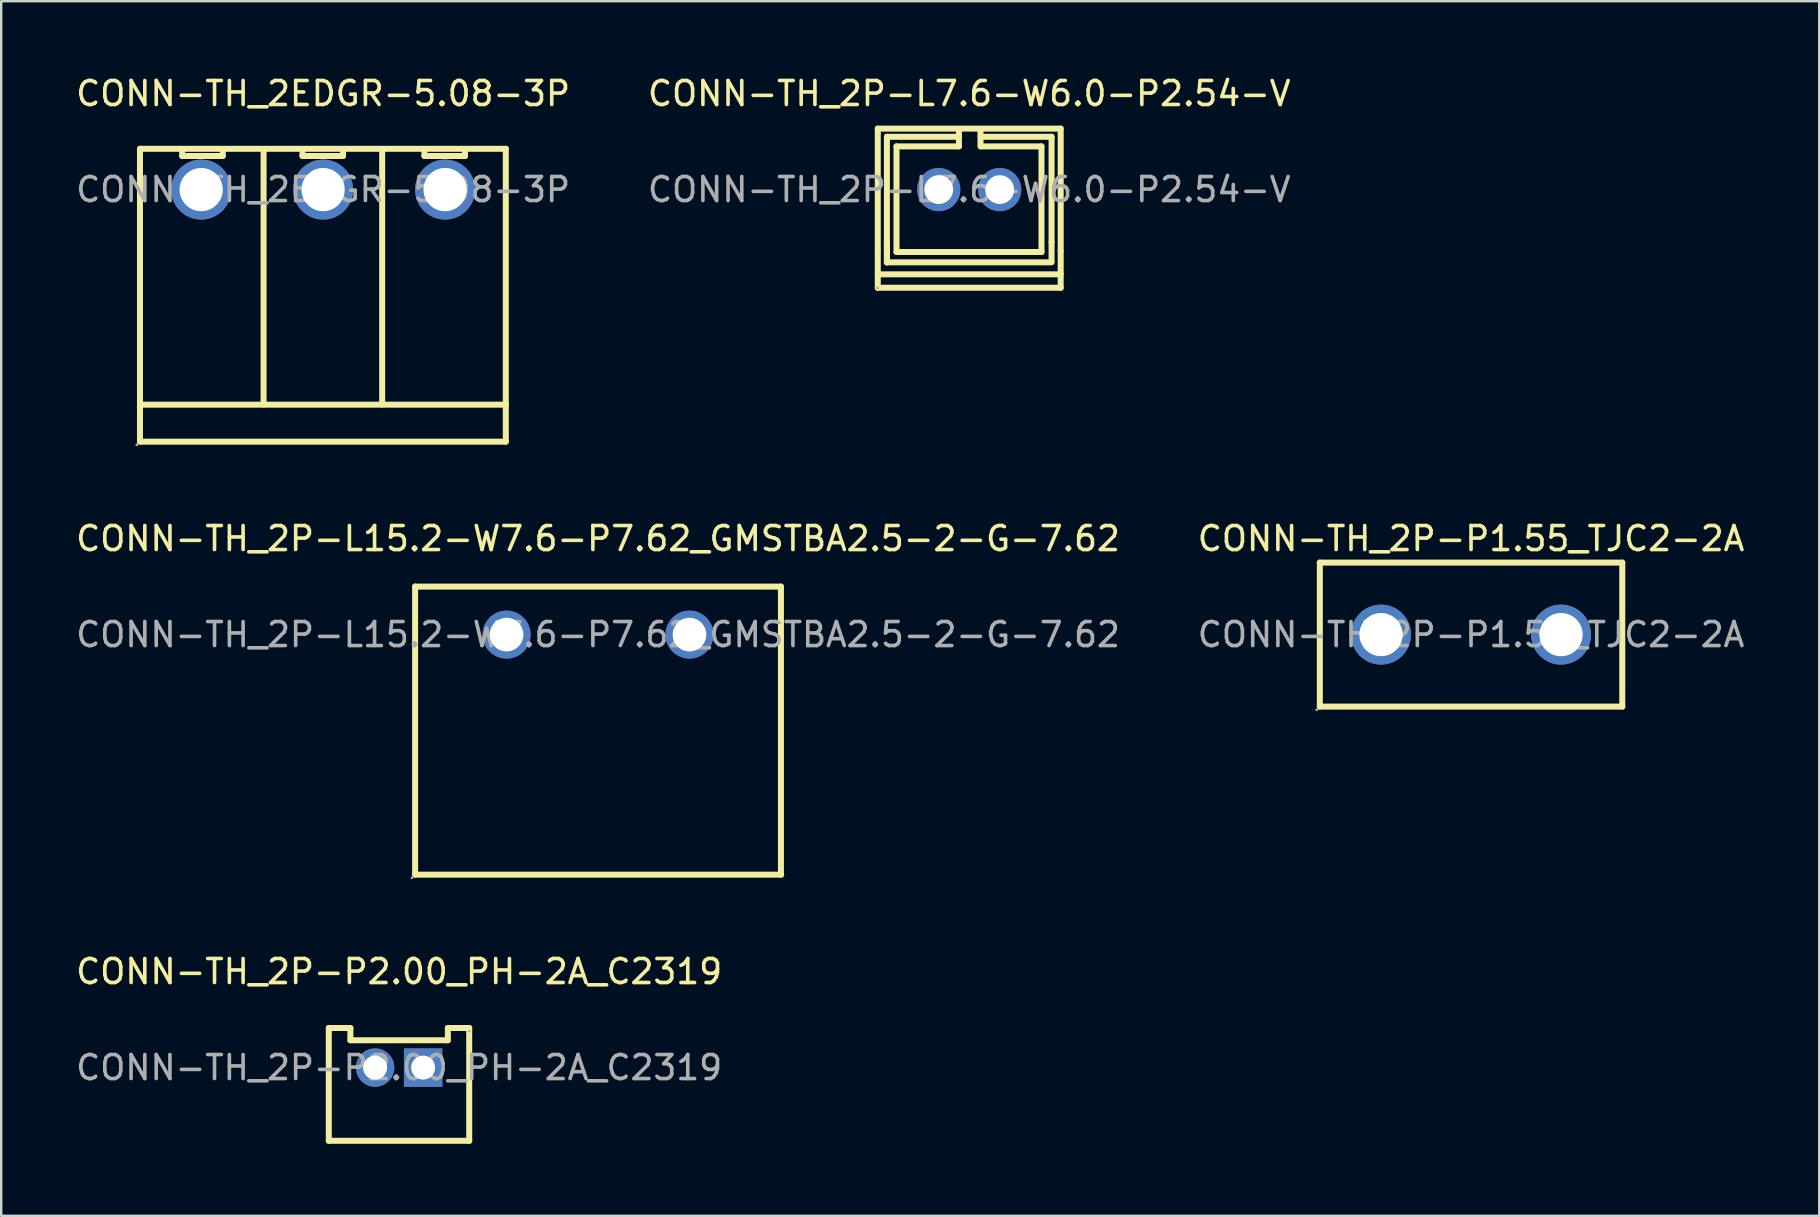
<source format=kicad_pcb>
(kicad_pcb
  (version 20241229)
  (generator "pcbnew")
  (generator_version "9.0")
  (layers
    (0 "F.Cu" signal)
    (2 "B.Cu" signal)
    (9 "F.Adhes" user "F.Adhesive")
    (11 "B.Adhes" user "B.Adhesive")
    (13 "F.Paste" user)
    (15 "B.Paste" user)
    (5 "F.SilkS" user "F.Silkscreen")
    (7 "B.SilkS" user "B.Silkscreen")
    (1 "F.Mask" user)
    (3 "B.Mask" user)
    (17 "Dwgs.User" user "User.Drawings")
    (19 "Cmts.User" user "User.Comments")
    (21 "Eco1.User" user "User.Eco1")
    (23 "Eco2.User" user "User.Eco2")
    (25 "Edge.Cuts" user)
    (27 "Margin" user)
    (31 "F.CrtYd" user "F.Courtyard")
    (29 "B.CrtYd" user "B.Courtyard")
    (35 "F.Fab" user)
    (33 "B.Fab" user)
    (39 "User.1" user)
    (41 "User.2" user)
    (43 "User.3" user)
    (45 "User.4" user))
  (footprint "CONN-TH_2P-L15.2-W7.6-P7.62_GMSTBA2.5-2-G-7.62"
    (layer "F.Cu")
    (at 21.863 23.387)
    (property "Reference" "CONN-TH_2P-L15.2-W7.6-P7.62_GMSTBA2.5-2-G-7.62" (at 0 -4 0) (layer "F.SilkS") (effects (font (size 1 1) (thickness 0.15))))
    (attr through_hole)
    (fp_line (start -7.62 -2) (end 7.62 -2) (stroke (width 0.25) (type solid)) (layer "F.SilkS"))
    (fp_line (start -7.62 10) (end -7.62 -2) (stroke (width 0.25) (type solid)) (layer "F.SilkS"))
    (fp_line (start -7.61 10) (end 7.63 10) (stroke (width 0.25) (type solid)) (layer "F.SilkS"))
    (fp_line (start 7.62 -2) (end 7.62 10) (stroke (width 0.25) (type solid)) (layer "F.SilkS"))
    (fp_circle (center -7.75 10.13) (end -7.72 10.13) (stroke (width 0.06) (type solid)) (fill no) (layer "F.Fab"))
    (fp_circle (center -3.81 0) (end -3.51 0) (stroke (width 0.6) (type solid)) (fill no) (layer "F.Fab"))
    (fp_circle (center 3.81 0) (end 4.11 0) (stroke (width 0.6) (type solid)) (fill no) (layer "F.Fab"))
    (fp_text user "${REFERENCE}" (at 0 0 0) (layer "F.Fab") (effects (font (size 1 1) (thickness 0.15))))
    (pad "1" thru_hole circle (at -3.81 0) (size 2 2) (drill 1.4) (layers "*.Cu" "*.Paste" "*.Mask"))
    (pad "2" thru_hole circle (at 3.81 0) (size 2 2) (drill 1.4) (layers "*.Cu" "*.Paste" "*.Mask")))
  (footprint "CONN-TH_2P-P1.55_TJC2-2A"
    (layer "F.Cu")
    (at 58.232 23.387)
    (property "Reference" "CONN-TH_2P-P1.55_TJC2-2A" (at 0 -4 0) (layer "F.SilkS") (effects (font (size 1 1) (thickness 0.15))))
    (attr through_hole)
    (fp_line (start -6.3 -3) (end 6.3 -3) (stroke (width 0.25) (type solid)) (layer "F.SilkS"))
    (fp_line (start -6.3 3) (end -6.3 -3) (stroke (width 0.25) (type solid)) (layer "F.SilkS"))
    (fp_line (start 6.3 -3) (end 6.3 3) (stroke (width 0.25) (type solid)) (layer "F.SilkS"))
    (fp_line (start 6.3 3) (end -6.3 3) (stroke (width 0.25) (type solid)) (layer "F.SilkS"))
    (fp_circle (center -6.43 3.13) (end -6.4 3.13) (stroke (width 0.06) (type solid)) (fill no) (layer "F.Fab"))
    (fp_circle (center -3.75 0) (end -3.35 0) (stroke (width 0.8) (type solid)) (fill no) (layer "F.Fab"))
    (fp_circle (center 3.75 0) (end 4.15 0) (stroke (width 0.8) (type solid)) (fill no) (layer "F.Fab"))
    (fp_text user "${REFERENCE}" (at 0 0 0) (layer "F.Fab") (effects (font (size 1 1) (thickness 0.15))))
    (pad "1" thru_hole circle (at -3.75 0) (size 2.5 2.5) (drill 1.8) (layers "*.Cu" "*.Paste" "*.Mask"))
    (pad "2" thru_hole circle (at 3.75 0) (size 2.5 2.5) (drill 1.8) (layers "*.Cu" "*.Paste" "*.Mask")))
  (footprint "CONN-TH_2EDGR-5.08-3P"
    (layer "F.Cu")
    (at 10.411 4.848)
    (property "Reference" "CONN-TH_2EDGR-5.08-3P" (at 0 -4 0) (layer "F.SilkS") (effects (font (size 1 1) (thickness 0.15))))
    (attr through_hole)
    (fp_line (start -7.63 -1.7) (end -7.63 10.5) (stroke (width 0.25) (type solid)) (layer "F.SilkS"))
    (fp_line (start -7.63 -1.7) (end 7.61 -1.7) (stroke (width 0.25) (type solid)) (layer "F.SilkS"))
    (fp_line (start -7.63 8.96) (end 7.61 8.96) (stroke (width 0.25) (type solid)) (layer "F.SilkS"))
    (fp_line (start -7.63 10.5) (end 7.61 10.5) (stroke (width 0.25) (type solid)) (layer "F.SilkS"))
    (fp_line (start -5.87 -1.66) (end -5.87 -1.4) (stroke (width 0.25) (type solid)) (layer "F.SilkS"))
    (fp_line (start -5.87 -1.4) (end -4.18 -1.4) (stroke (width 0.25) (type solid)) (layer "F.SilkS"))
    (fp_line (start -4.18 -1.4) (end -4.18 -1.66) (stroke (width 0.25) (type solid)) (layer "F.SilkS"))
    (fp_line (start -2.48 -1.69) (end -2.48 8.95) (stroke (width 0.25) (type solid)) (layer "F.SilkS"))
    (fp_line (start -0.86 -1.66) (end -0.86 -1.4) (stroke (width 0.25) (type solid)) (layer "F.SilkS"))
    (fp_line (start -0.86 -1.4) (end 0.83 -1.4) (stroke (width 0.25) (type solid)) (layer "F.SilkS"))
    (fp_line (start 0.83 -1.4) (end 0.83 -1.66) (stroke (width 0.25) (type solid)) (layer "F.SilkS"))
    (fp_line (start 2.46 -1.69) (end 2.46 8.95) (stroke (width 0.25) (type solid)) (layer "F.SilkS"))
    (fp_line (start 4.22 -1.66) (end 4.22 -1.4) (stroke (width 0.25) (type solid)) (layer "F.SilkS"))
    (fp_line (start 4.22 -1.4) (end 5.91 -1.4) (stroke (width 0.25) (type solid)) (layer "F.SilkS"))
    (fp_line (start 5.91 -1.4) (end 5.91 -1.66) (stroke (width 0.25) (type solid)) (layer "F.SilkS"))
    (fp_line (start 7.61 -1.7) (end 7.61 10.5) (stroke (width 0.25) (type solid)) (layer "F.SilkS"))
    (fp_circle (center -7.76 10.63) (end -7.73 10.63) (stroke (width 0.06) (type solid)) (fill no) (layer "F.Fab"))
    (fp_circle (center -5.08 0) (end -4.68 0) (stroke (width 0.8) (type solid)) (fill no) (layer "F.Fab"))
    (fp_circle (center 0 0) (end 0.4 0) (stroke (width 0.8) (type solid)) (fill no) (layer "F.Fab"))
    (fp_circle (center 5.08 0) (end 5.48 0) (stroke (width 0.8) (type solid)) (fill no) (layer "F.Fab"))
    (fp_text user "${REFERENCE}" (at 0 0 0) (layer "F.Fab") (effects (font (size 1 1) (thickness 0.15))))
    (pad "1" thru_hole circle (at -5.08 0) (size 2.5 2.5) (drill 1.8) (layers "*.Cu" "*.Paste" "*.Mask"))
    (pad "2" thru_hole circle (at 0 0) (size 2.5 2.5) (drill 1.8) (layers "*.Cu" "*.Paste" "*.Mask"))
    (pad "3" thru_hole circle (at 5.08 0) (size 2.5 2.5) (drill 1.8) (layers "*.Cu" "*.Paste" "*.Mask")))
  (footprint "CONN-TH_2P-L7.6-W6.0-P2.54-V"
    (layer "F.Cu")
    (at 37.327 4.848)
    (property "Reference" "CONN-TH_2P-L7.6-W6.0-P2.54-V" (at 0 -4 0) (layer "F.SilkS") (effects (font (size 1 1) (thickness 0.15))))
    (attr through_hole)
    (fp_line (start -3.81 -2.54) (end -3.81 2.54) (stroke (width 0.25) (type solid)) (layer "F.SilkS"))
    (fp_line (start -3.81 -2.54) (end 3.81 -2.54) (stroke (width 0.25) (type solid)) (layer "F.SilkS"))
    (fp_line (start -3.81 2.55) (end -3.81 4.09) (stroke (width 0.25) (type solid)) (layer "F.SilkS"))
    (fp_line (start -3.81 3.53) (end 3.81 3.53) (stroke (width 0.25) (type solid)) (layer "F.SilkS"))
    (fp_line (start -3.81 4.09) (end 3.81 4.09) (stroke (width 0.25) (type solid)) (layer "F.SilkS"))
    (fp_line (start -3.43 -2.2) (end -3.43 2.2) (stroke (width 0.25) (type solid)) (layer "F.SilkS"))
    (fp_line (start -3.43 2.2) (end -3.43 3.03) (stroke (width 0.25) (type solid)) (layer "F.SilkS"))
    (fp_line (start -3.43 3.03) (end -3.43 2.18) (stroke (width 0.25) (type solid)) (layer "F.SilkS"))
    (fp_line (start -3.43 3.03) (end 3.42 3.03) (stroke (width 0.25) (type solid)) (layer "F.SilkS"))
    (fp_line (start -3.03 -1.8) (end -3.03 2.6) (stroke (width 0.25) (type solid)) (layer "F.SilkS"))
    (fp_line (start -3.03 2.6) (end 3.01 2.6) (stroke (width 0.25) (type solid)) (layer "F.SilkS"))
    (fp_line (start -0.43 -2.2) (end -3.43 -2.2) (stroke (width 0.25) (type solid)) (layer "F.SilkS"))
    (fp_line (start -0.43 -1.8) (end -3.03 -1.8) (stroke (width 0.25) (type solid)) (layer "F.SilkS"))
    (fp_line (start -0.43 -1.8) (end -0.43 -2.5) (stroke (width 0.25) (type solid)) (layer "F.SilkS"))
    (fp_line (start 0.47 -1.8) (end 0.47 -2.5) (stroke (width 0.25) (type solid)) (layer "F.SilkS"))
    (fp_line (start 0.48 -2.2) (end 3.43 -2.2) (stroke (width 0.25) (type solid)) (layer "F.SilkS"))
    (fp_line (start 3.01 -1.8) (end 0.48 -1.8) (stroke (width 0.25) (type solid)) (layer "F.SilkS"))
    (fp_line (start 3.01 2.6) (end 3.01 -1.8) (stroke (width 0.25) (type solid)) (layer "F.SilkS"))
    (fp_line (start 3.43 -2.2) (end 3.43 2.2) (stroke (width 0.25) (type solid)) (layer "F.SilkS"))
    (fp_line (start 3.43 2.2) (end 3.43 3.02) (stroke (width 0.25) (type solid)) (layer "F.SilkS"))
    (fp_line (start 3.81 -2.54) (end 3.81 2.54) (stroke (width 0.25) (type solid)) (layer "F.SilkS"))
    (fp_line (start 3.81 2.55) (end 3.81 4.09) (stroke (width 0.25) (type solid)) (layer "F.SilkS"))
    (fp_circle (center -3.82 4.1) (end -3.79 4.1) (stroke (width 0.06) (type solid)) (fill no) (layer "F.Fab"))
    (fp_text user "${REFERENCE}" (at 0 0 0) (layer "F.Fab") (effects (font (size 1 1) (thickness 0.15))))
    (pad "1" thru_hole circle (at -1.27 0) (size 1.8 1.8) (drill 1.2) (layers "*.Cu" "*.Paste" "*.Mask"))
    (pad "2" thru_hole circle (at 1.27 0) (size 1.8 1.8) (drill 1.2) (layers "*.Cu" "*.Paste" "*.Mask")))
  (footprint "CONN-TH_2P-P2.00_PH-2A_C2319"
    (layer "F.Cu")
    (at 13.577 41.425)
    (property "Reference" "CONN-TH_2P-P2.00_PH-2A_C2319" (at 0 -4 0) (layer "F.SilkS") (effects (font (size 1 1) (thickness 0.15))))
    (attr through_hole)
    (fp_line (start -2.93 -1.65) (end -2.93 3.05) (stroke (width 0.25) (type solid)) (layer "F.SilkS"))
    (fp_line (start -2.93 3.05) (end 2.92 3.05) (stroke (width 0.25) (type solid)) (layer "F.SilkS"))
    (fp_line (start -2.03 -1.65) (end -2.93 -1.65) (stroke (width 0.25) (type solid)) (layer "F.SilkS"))
    (fp_line (start -2.03 -1.65) (end -2.03 -1.14) (stroke (width 0.25) (type solid)) (layer "F.SilkS"))
    (fp_line (start -2.03 -1.14) (end 2.03 -1.14) (stroke (width 0.25) (type solid)) (layer "F.SilkS"))
    (fp_line (start 2.03 -1.65) (end 2.92 -1.65) (stroke (width 0.25) (type solid)) (layer "F.SilkS"))
    (fp_line (start 2.03 -1.14) (end 2.03 -1.65) (stroke (width 0.25) (type solid)) (layer "F.SilkS"))
    (fp_line (start 2.92 3.05) (end 2.92 -1.65) (stroke (width 0.25) (type solid)) (layer "F.SilkS"))
    (fp_circle (center -1 0) (end -0.8 0) (stroke (width 0.4) (type solid)) (fill no) (layer "F.Fab"))
    (fp_circle (center 1 0) (end 1.2 0) (stroke (width 0.4) (type solid)) (fill no) (layer "F.Fab"))
    (fp_circle (center 2.92 -1.52) (end 2.95 -1.52) (stroke (width 0.06) (type solid)) (fill no) (layer "F.Fab"))
    (fp_text user "${REFERENCE}" (at 0 0 0) (layer "F.Fab") (effects (font (size 1 1) (thickness 0.15))))
    (pad "1" thru_hole rect (at 1 0 180) (size 1.6 1.6) (drill 1) (layers "*.Cu" "*.Paste" "*.Mask"))
    (pad "2" thru_hole circle (at -1 0 180) (size 1.6 1.6) (drill 1) (layers "*.Cu" "*.Paste" "*.Mask")))
  (gr_rect
    (start -3 -3)
    (end 72.738 47.6)
    (stroke (width 0.1) (type default))
    (fill no)
    (layer "Edge.Cuts")))
</source>
